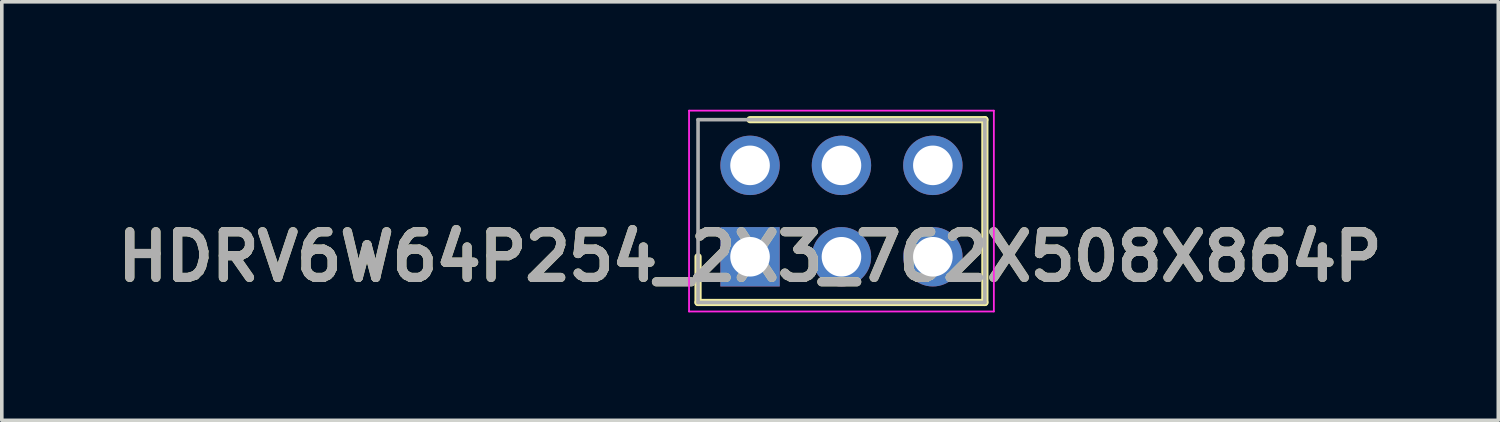
<source format=kicad_pcb>
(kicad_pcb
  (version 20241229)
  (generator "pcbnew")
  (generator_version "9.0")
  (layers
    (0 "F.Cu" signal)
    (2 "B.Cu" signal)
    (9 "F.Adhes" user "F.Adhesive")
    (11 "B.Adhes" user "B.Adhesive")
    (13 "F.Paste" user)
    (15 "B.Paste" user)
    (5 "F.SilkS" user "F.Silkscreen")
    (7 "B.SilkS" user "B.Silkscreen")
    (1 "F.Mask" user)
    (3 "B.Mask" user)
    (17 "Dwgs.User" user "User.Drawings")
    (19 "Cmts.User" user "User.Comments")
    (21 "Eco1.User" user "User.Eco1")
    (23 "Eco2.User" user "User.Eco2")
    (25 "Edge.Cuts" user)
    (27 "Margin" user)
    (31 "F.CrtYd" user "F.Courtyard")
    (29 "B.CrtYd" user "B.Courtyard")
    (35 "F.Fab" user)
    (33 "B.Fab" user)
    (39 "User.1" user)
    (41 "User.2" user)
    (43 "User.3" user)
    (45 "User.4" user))
  (footprint "HDRV6W64P254_2X3_762X508X864P"
    (layer "F.Cu")
    (at 17.792 4.085)
    (property "Reference" "HDRV6W64P254_2X3_762X508X864P" (at 0 0 0) (layer "F.SilkS") (effects (font (size 1.27 1.27) (thickness 0.254))))
    (attr through_hole)
    (fp_line (start -1.445 0) (end -1.445 1.27) (stroke (width 0.2) (type solid)) (layer "F.SilkS"))
    (fp_line (start -1.445 1.27) (end 6.525 1.27) (stroke (width 0.2) (type solid)) (layer "F.SilkS"))
    (fp_line (start 6.525 -3.81) (end 0 -3.81) (stroke (width 0.2) (type solid)) (layer "F.SilkS"))
    (fp_line (start 6.525 1.27) (end 6.525 -3.81) (stroke (width 0.2) (type solid)) (layer "F.SilkS"))
    (fp_line (start -1.695 -4.06) (end 6.775 -4.06) (stroke (width 0.05) (type solid)) (layer "F.CrtYd"))
    (fp_line (start -1.695 1.52) (end -1.695 -4.06) (stroke (width 0.05) (type solid)) (layer "F.CrtYd"))
    (fp_line (start 6.775 -4.06) (end 6.775 1.52) (stroke (width 0.05) (type solid)) (layer "F.CrtYd"))
    (fp_line (start 6.775 1.52) (end -1.695 1.52) (stroke (width 0.05) (type solid)) (layer "F.CrtYd"))
    (fp_line (start -1.445 -3.81) (end 6.525 -3.81) (stroke (width 0.1) (type solid)) (layer "F.Fab"))
    (fp_line (start -1.445 1.27) (end -1.445 -3.81) (stroke (width 0.1) (type solid)) (layer "F.Fab"))
    (fp_line (start 6.525 -3.81) (end 6.525 1.27) (stroke (width 0.1) (type solid)) (layer "F.Fab"))
    (fp_line (start 6.525 1.27) (end -1.445 1.27) (stroke (width 0.1) (type solid)) (layer "F.Fab"))
    (fp_text user "${REFERENCE}" (at 0 0 0) (layer "F.Fab") (effects (font (size 1.27 1.27) (thickness 0.254))))
    (pad "1" thru_hole rect (at 0 0) (size 1.65 1.65) (drill 1.1) (layers "*.Cu" "*.Mask"))
    (pad "2" thru_hole circle (at 0 -2.54) (size 1.65 1.65) (drill 1.1) (layers "*.Cu" "*.Mask"))
    (pad "3" thru_hole circle (at 2.54 0) (size 1.65 1.65) (drill 1.1) (layers "*.Cu" "*.Mask"))
    (pad "4" thru_hole circle (at 2.54 -2.54) (size 1.65 1.65) (drill 1.1) (layers "*.Cu" "*.Mask"))
    (pad "5" thru_hole circle (at 5.08 0) (size 1.65 1.65) (drill 1.1) (layers "*.Cu" "*.Mask"))
    (pad "6" thru_hole circle (at 5.08 -2.54) (size 1.65 1.65) (drill 1.1) (layers "*.Cu" "*.Mask")))
  (gr_rect
    (start -3 -3)
    (end 38.584 8.63)
    (stroke (width 0.1) (type default))
    (fill no)
    (layer "Edge.Cuts")))
</source>
